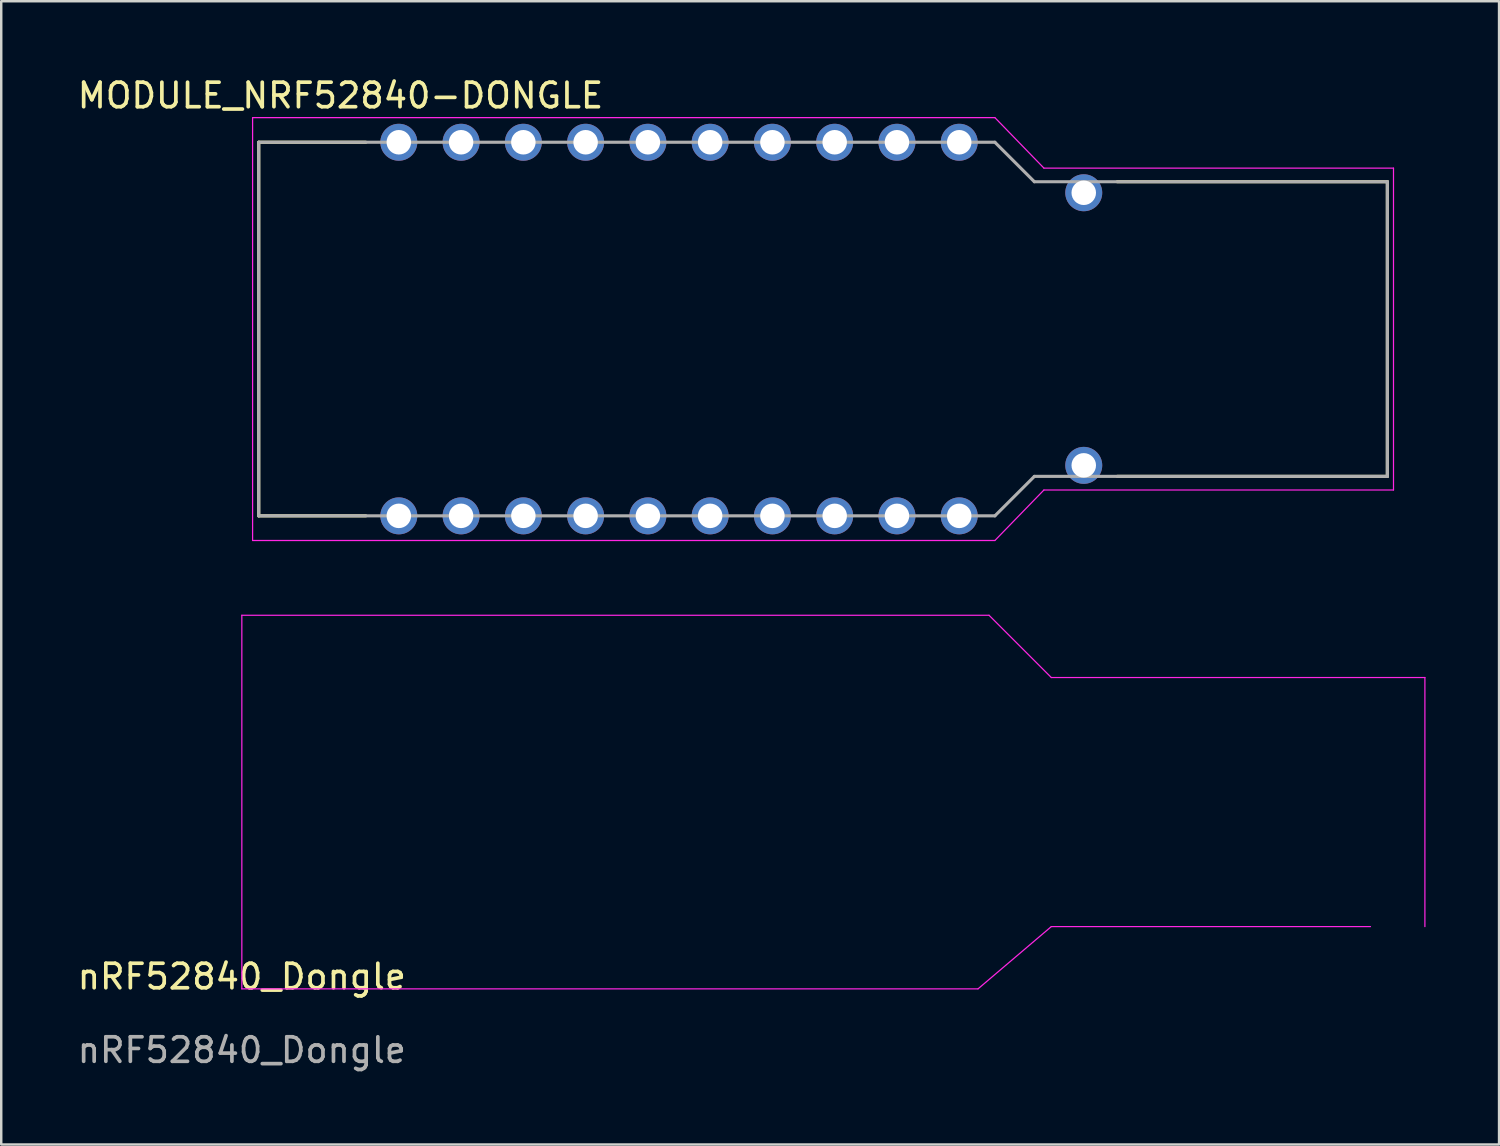
<source format=kicad_pcb>
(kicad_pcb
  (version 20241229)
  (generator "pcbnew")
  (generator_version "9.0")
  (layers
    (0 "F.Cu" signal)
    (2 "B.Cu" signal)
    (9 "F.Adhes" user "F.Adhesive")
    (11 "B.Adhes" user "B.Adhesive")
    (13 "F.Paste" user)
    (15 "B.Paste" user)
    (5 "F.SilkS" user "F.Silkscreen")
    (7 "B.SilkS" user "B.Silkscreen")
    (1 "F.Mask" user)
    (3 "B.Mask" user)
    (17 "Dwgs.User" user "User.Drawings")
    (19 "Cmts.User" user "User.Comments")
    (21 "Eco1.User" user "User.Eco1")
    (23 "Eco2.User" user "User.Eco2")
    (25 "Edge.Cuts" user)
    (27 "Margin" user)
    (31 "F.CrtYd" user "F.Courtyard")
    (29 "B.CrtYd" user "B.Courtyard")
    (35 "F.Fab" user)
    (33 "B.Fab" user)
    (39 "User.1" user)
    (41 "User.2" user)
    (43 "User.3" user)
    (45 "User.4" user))
  (footprint "nRF52840_Dongle"
    (layer "F.Cu")
    (at 6.815 37.288)
    (property "Reference" "nRF52840_Dongle" (at 0 -0.5 0) (unlocked yes) (layer "F.SilkS") (effects (font (size 1 1) (thickness 0.15))))
    (attr through_hole)
    (fp_line (start 0 -15.24) (end 0 0) (stroke (width 0.05) (type solid)) (layer "F.CrtYd"))
    (fp_line (start 0 0) (end 30.03 0) (stroke (width 0.05) (type solid)) (layer "F.CrtYd"))
    (fp_line (start 30.03 0) (end 33.02 -2.54) (stroke (width 0.05) (type solid)) (layer "F.CrtYd"))
    (fp_line (start 30.48 -15.24) (end 0 -15.24) (stroke (width 0.05) (type solid)) (layer "F.CrtYd"))
    (fp_line (start 33.02 -12.7) (end 30.48 -15.24) (stroke (width 0.05) (type solid)) (layer "F.CrtYd"))
    (fp_line (start 33.02 -2.54) (end 46.04 -2.54) (stroke (width 0.05) (type solid)) (layer "F.CrtYd"))
    (fp_line (start 48.26 -12.7) (end 33.02 -12.7) (stroke (width 0.05) (type solid)) (layer "F.CrtYd"))
    (fp_line (start 48.26 -2.54) (end 48.26 -12.7) (stroke (width 0.05) (type solid)) (layer "F.CrtYd"))
    (fp_text user "${REFERENCE}" (at 0 2.5 0) (unlocked yes) (layer "F.Fab") (effects (font (size 1 1) (thickness 0.15)))))
  (footprint "MODULE_NRF52840-DONGLE"
    (layer "F.Cu")
    (at 30.524 10.373)
    (property "Reference" "MODULE_NRF52840-DONGLE" (at -19.685 -9.525 0) (layer "F.SilkS") (effects (font (size 1 1) (thickness 0.15))))
    (attr through_hole)
    (fp_line (start -23.02 -7.62) (end -23.02 7.62) (stroke (width 0.127) (type solid)) (layer "F.SilkS"))
    (fp_line (start -23.02 7.62) (end -18.65 7.62) (stroke (width 0.127) (type solid)) (layer "F.SilkS"))
    (fp_line (start -18.65 -7.62) (end -23.02 -7.62) (stroke (width 0.127) (type solid)) (layer "F.SilkS"))
    (fp_line (start 12 -6.01) (end 23.02 -6.01) (stroke (width 0.127) (type solid)) (layer "F.SilkS"))
    (fp_line (start 23.02 -6.01) (end 23.02 6.01) (stroke (width 0.127) (type solid)) (layer "F.SilkS"))
    (fp_line (start 23.02 6.01) (end 12 6.01) (stroke (width 0.127) (type solid)) (layer "F.SilkS"))
    (fp_line (start -23.27 -8.625) (end 7.01 -8.625) (stroke (width 0.05) (type solid)) (layer "F.CrtYd"))
    (fp_line (start -23.27 8.625) (end -23.27 -8.625) (stroke (width 0.05) (type solid)) (layer "F.CrtYd"))
    (fp_line (start 7.01 -8.625) (end 9.01 -6.565) (stroke (width 0.05) (type solid)) (layer "F.CrtYd"))
    (fp_line (start 7.01 8.625) (end -23.27 8.625) (stroke (width 0.05) (type solid)) (layer "F.CrtYd"))
    (fp_line (start 9.01 -6.565) (end 23.27 -6.565) (stroke (width 0.05) (type solid)) (layer "F.CrtYd"))
    (fp_line (start 9.01 6.565) (end 7.01 8.625) (stroke (width 0.05) (type solid)) (layer "F.CrtYd"))
    (fp_line (start 23.27 -6.565) (end 23.27 6.565) (stroke (width 0.05) (type solid)) (layer "F.CrtYd"))
    (fp_line (start 23.27 6.565) (end 9.01 6.565) (stroke (width 0.05) (type solid)) (layer "F.CrtYd"))
    (fp_line (start -23.02 -7.62) (end 7.01 -7.62) (stroke (width 0.127) (type solid)) (layer "F.Fab"))
    (fp_line (start -23.02 7.62) (end -23.02 -7.62) (stroke (width 0.127) (type solid)) (layer "F.Fab"))
    (fp_line (start 7.01 7.62) (end -23.02 7.62) (stroke (width 0.127) (type solid)) (layer "F.Fab"))
    (fp_line (start 8.62 -6.01) (end 7.01 -7.62) (stroke (width 0.127) (type solid)) (layer "F.Fab"))
    (fp_line (start 8.62 6.01) (end 7.01 7.62) (stroke (width 0.127) (type solid)) (layer "F.Fab"))
    (fp_line (start 23.02 -6.01) (end 8.62 -6.01) (stroke (width 0.127) (type solid)) (layer "F.Fab"))
    (fp_line (start 23.02 -6.01) (end 23.02 6.01) (stroke (width 0.127) (type solid)) (layer "F.Fab"))
    (fp_line (start 23.02 6.01) (end 8.62 6.01) (stroke (width 0.127) (type solid)) (layer "F.Fab"))
    (pad "0.02" thru_hole circle (at -7.145 7.62) (size 1.508 1.508) (drill 1) (layers "*.Cu" "*.Mask"))
    (pad "0.09" thru_hole circle (at -12.225 -7.62) (size 1.508 1.508) (drill 1) (layers "*.Cu" "*.Mask"))
    (pad "0.10" thru_hole circle (at -14.765 -7.62) (size 1.508 1.508) (drill 1) (layers "*.Cu" "*.Mask"))
    (pad "0.13" thru_hole circle (at 5.555 -7.62) (size 1.508 1.508) (drill 1) (layers "*.Cu" "*.Mask"))
    (pad "0.15" thru_hole circle (at 3.015 -7.62) (size 1.508 1.508) (drill 1) (layers "*.Cu" "*.Mask"))
    (pad "0.17" thru_hole circle (at 0.475 -7.62) (size 1.508 1.508) (drill 1) (layers "*.Cu" "*.Mask"))
    (pad "0.20" thru_hole circle (at -2.065 -7.62) (size 1.508 1.508) (drill 1) (layers "*.Cu" "*.Mask"))
    (pad "0.22" thru_hole circle (at -4.605 -7.62) (size 1.508 1.508) (drill 1) (layers "*.Cu" "*.Mask"))
    (pad "0.24" thru_hole circle (at -7.145 -7.62) (size 1.508 1.508) (drill 1) (layers "*.Cu" "*.Mask"))
    (pad "0.29" thru_hole circle (at -4.605 7.62) (size 1.508 1.508) (drill 1) (layers "*.Cu" "*.Mask"))
    (pad "0.31" thru_hole circle (at -2.065 7.62) (size 1.508 1.508) (drill 1) (layers "*.Cu" "*.Mask"))
    (pad "1.00" thru_hole circle (at -9.685 -7.62) (size 1.508 1.508) (drill 1) (layers "*.Cu" "*.Mask"))
    (pad "1.10" thru_hole circle (at -14.765 7.62) (size 1.508 1.508) (drill 1) (layers "*.Cu" "*.Mask"))
    (pad "1.13" thru_hole circle (at -12.225 7.62) (size 1.508 1.508) (drill 1) (layers "*.Cu" "*.Mask"))
    (pad "1.15" thru_hole circle (at -9.685 7.62) (size 1.508 1.508) (drill 1) (layers "*.Cu" "*.Mask"))
    (pad "G1" thru_hole circle (at -17.305 -7.62) (size 1.508 1.508) (drill 1) (layers "*.Cu" "*.Mask"))
    (pad "G2" thru_hole circle (at -17.305 7.62) (size 1.508 1.508) (drill 1) (layers "*.Cu" "*.Mask"))
    (pad "G3" thru_hole circle (at 0.475 7.62) (size 1.508 1.508) (drill 1) (layers "*.Cu" "*.Mask"))
    (pad "OUT" thru_hole circle (at 3.015 7.62) (size 1.508 1.508) (drill 1) (layers "*.Cu" "*.Mask"))
    (pad "SWDCLK" thru_hole circle (at 10.635 5.56) (size 1.508 1.508) (drill 1) (layers "*.Cu" "*.Mask"))
    (pad "SWDIO" thru_hole circle (at 10.635 -5.56) (size 1.508 1.508) (drill 1) (layers "*.Cu" "*.Mask"))
    (pad "VBUS" thru_hole circle (at 5.555 7.62) (size 1.508 1.508) (drill 1) (layers "*.Cu" "*.Mask")))
  (gr_rect
    (start -3 -3)
    (end 58.1 43.636)
    (stroke (width 0.1) (type default))
    (fill no)
    (layer "Edge.Cuts")))
</source>
